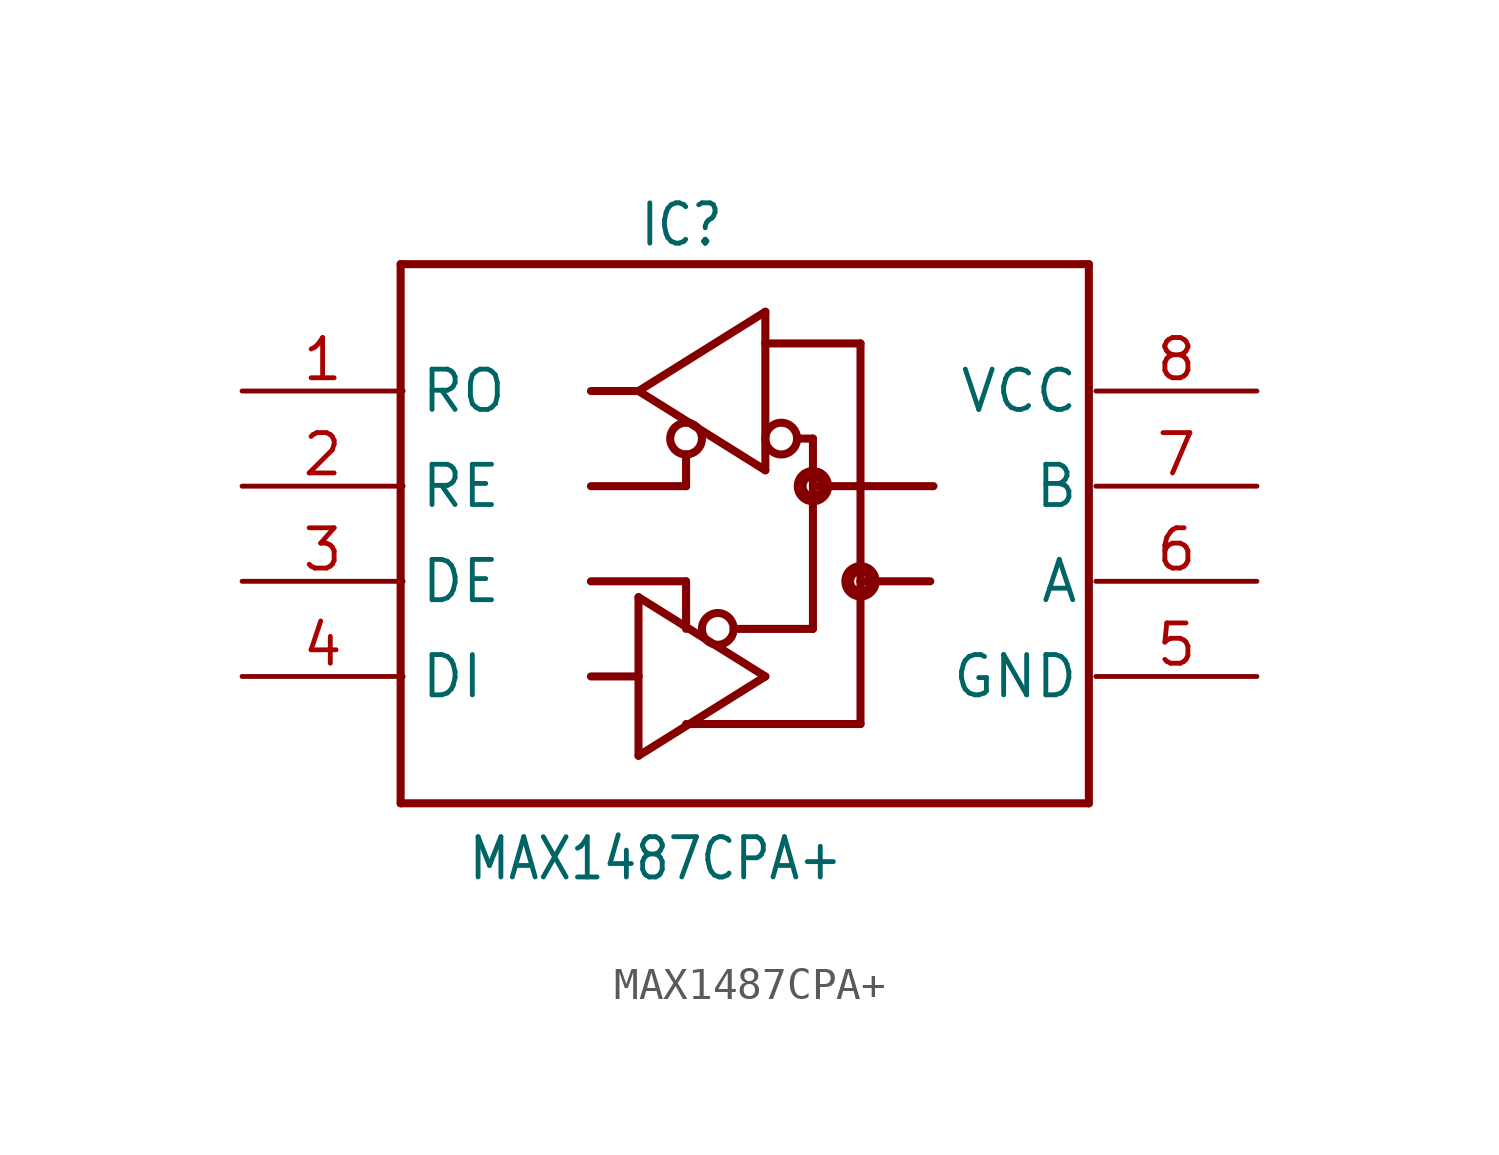
<source format=kicad_sym>
(kicad_symbol_lib
  (version 20211014)
  (generator kicad_symbol_editor)
  (symbol "MAX1487CPA+"
    (property "Reference" "IC"
      (at -3.5 9 0)
      (effects (font (size 1.27 1.079)) (justify left bottom)))
    (property "Value" "MAX1487CPA+"
      (at 3 -9.5 0)
      (effects (font (size 1.27 1.079)) (justify right top)))
    (property "ki_locked" ""
      (at 0 0 0)
      (effects (font (size 1.27 1.27))))
    (symbol "MAX1487CPA+_1_0"
      (circle (center -2 3) (radius 0.5) (stroke (width 0.254) (type default) (color 0 0 0 0)) (fill (type none)))
      (circle (center -1 -3) (radius 0.5) (stroke (width 0.254) (type default) (color 0 0 0 0)) (fill (type none)))
      (polyline (pts (xy -11 -8.5) (xy -11 8.5)) (stroke (width 0.254) (type default) (color 0 0 0 0)) (fill (type none)))
      (polyline (pts (xy -11 -8.5) (xy 10.7 -8.5)) (stroke (width 0.254) (type default) (color 0 0 0 0)) (fill (type none)))
      (polyline (pts (xy -11 8.5) (xy 10.7 8.5)) (stroke (width 0.254) (type default) (color 0 0 0 0)) (fill (type none)))
      (polyline (pts (xy -5 -4.5) (xy -3.5 -4.5)) (stroke (width 0.254) (type default) (color 0 0 0 0)) (fill (type none)))
      (polyline (pts (xy -5 -1.5) (xy -2 -1.5)) (stroke (width 0.254) (type default) (color 0 0 0 0)) (fill (type none)))
      (polyline (pts (xy -5 1.5) (xy -2 1.5)) (stroke (width 0.254) (type default) (color 0 0 0 0)) (fill (type none)))
      (polyline (pts (xy -5 4.5) (xy -3.5 4.5)) (stroke (width 0.254) (type default) (color 0 0 0 0)) (fill (type none)))
      (polyline (pts (xy -3.5 -7) (xy 0.5 -4.5)) (stroke (width 0.254) (type default) (color 0 0 0 0)) (fill (type none)))
      (polyline (pts (xy -3.5 -4.5) (xy -3.5 -7)) (stroke (width 0.254) (type default) (color 0 0 0 0)) (fill (type none)))
      (polyline (pts (xy -3.5 -2) (xy -3.5 -4.5)) (stroke (width 0.254) (type default) (color 0 0 0 0)) (fill (type none)))
      (polyline (pts (xy -3.5 4.5) (xy 0.5 7)) (stroke (width 0.254) (type default) (color 0 0 0 0)) (fill (type none)))
      (polyline (pts (xy -2 -1.5) (xy -2 -3)) (stroke (width 0.254) (type default) (color 0 0 0 0)) (fill (type none)))
      (polyline (pts (xy -2 1.5) (xy -2 2.5)) (stroke (width 0.254) (type default) (color 0 0 0 0)) (fill (type none)))
      (polyline (pts (xy -0.5 -3) (xy 2 -3)) (stroke (width 0.254) (type default) (color 0 0 0 0)) (fill (type none)))
      (polyline (pts (xy 0.5 -4.5) (xy -3.5 -2)) (stroke (width 0.254) (type default) (color 0 0 0 0)) (fill (type none)))
      (polyline (pts (xy 0.5 2) (xy -3.5 4.5)) (stroke (width 0.254) (type default) (color 0 0 0 0)) (fill (type none)))
      (polyline (pts (xy 0.5 6) (xy 0.5 2)) (stroke (width 0.254) (type default) (color 0 0 0 0)) (fill (type none)))
      (polyline (pts (xy 0.5 6) (xy 3.5 6)) (stroke (width 0.254) (type default) (color 0 0 0 0)) (fill (type none)))
      (polyline (pts (xy 0.5 7) (xy 0.5 6)) (stroke (width 0.254) (type default) (color 0 0 0 0)) (fill (type none)))
      (polyline (pts (xy 2 -3) (xy 2 3)) (stroke (width 0.254) (type default) (color 0 0 0 0)) (fill (type none)))
      (polyline (pts (xy 2 1.5) (xy 5.8 1.5)) (stroke (width 0.254) (type default) (color 0 0 0 0)) (fill (type none)))
      (polyline (pts (xy 2 3) (xy 1.5 3)) (stroke (width 0.254) (type default) (color 0 0 0 0)) (fill (type none)))
      (polyline (pts (xy 3.5 -6) (xy -2 -6)) (stroke (width 0.254) (type default) (color 0 0 0 0)) (fill (type none)))
      (polyline (pts (xy 3.5 -1.5) (xy 3.5 -6)) (stroke (width 0.254) (type default) (color 0 0 0 0)) (fill (type none)))
      (polyline (pts (xy 3.5 -1.5) (xy 5.7 -1.5)) (stroke (width 0.254) (type default) (color 0 0 0 0)) (fill (type none)))
      (polyline (pts (xy 3.5 6) (xy 3.5 -1.5)) (stroke (width 0.254) (type default) (color 0 0 0 0)) (fill (type none)))
      (polyline (pts (xy 10.7 -8.5) (xy 10.7 8.5)) (stroke (width 0.254) (type default) (color 0 0 0 0)) (fill (type none)))
      (circle (center 1 3) (radius 0.5) (stroke (width 0.254) (type default) (color 0 0 0 0)) (fill (type none)))
      (circle (center 2 1.5) (radius 0.2) (stroke (width 0.406) (type default) (color 0 0 0 0)) (fill (type none)))
      (circle (center 3.5 -1.5) (radius 0.2) (stroke (width 0.406) (type default) (color 0 0 0 0)) (fill (type none)))
      (pin bidirectional line (at -16 4.5 0) (length 5.08) (name "RO" (effects (font (size 1.27 1.27)))) (number "1" (effects (font (size 1.27 1.27)))))
      (pin bidirectional line (at -16 1.5 0) (length 5.08) (name "RE" (effects (font (size 1.27 1.27)))) (number "2" (effects (font (size 1.27 1.27)))))
      (pin bidirectional line (at -16 -1.5 0) (length 5.08) (name "DE" (effects (font (size 1.27 1.27)))) (number "3" (effects (font (size 1.27 1.27)))))
      (pin bidirectional line (at -16 -4.5 0) (length 5.08) (name "DI" (effects (font (size 1.27 1.27)))) (number "4" (effects (font (size 1.27 1.27)))))
      (pin bidirectional line (at 16 -4.5 180) (length 5.08) (name "GND" (effects (font (size 1.27 1.27)))) (number "5" (effects (font (size 1.27 1.27)))))
      (pin bidirectional line (at 16 -1.5 180) (length 5.08) (name "A" (effects (font (size 1.27 1.27)))) (number "6" (effects (font (size 1.27 1.27)))))
      (pin bidirectional line (at 16 1.5 180) (length 5.08) (name "B" (effects (font (size 1.27 1.27)))) (number "7" (effects (font (size 1.27 1.27)))))
      (pin bidirectional line (at 16 4.5 180) (length 5.08) (name "VCC" (effects (font (size 1.27 1.27)))) (number "8" (effects (font (size 1.27 1.27))))))))
</source>
